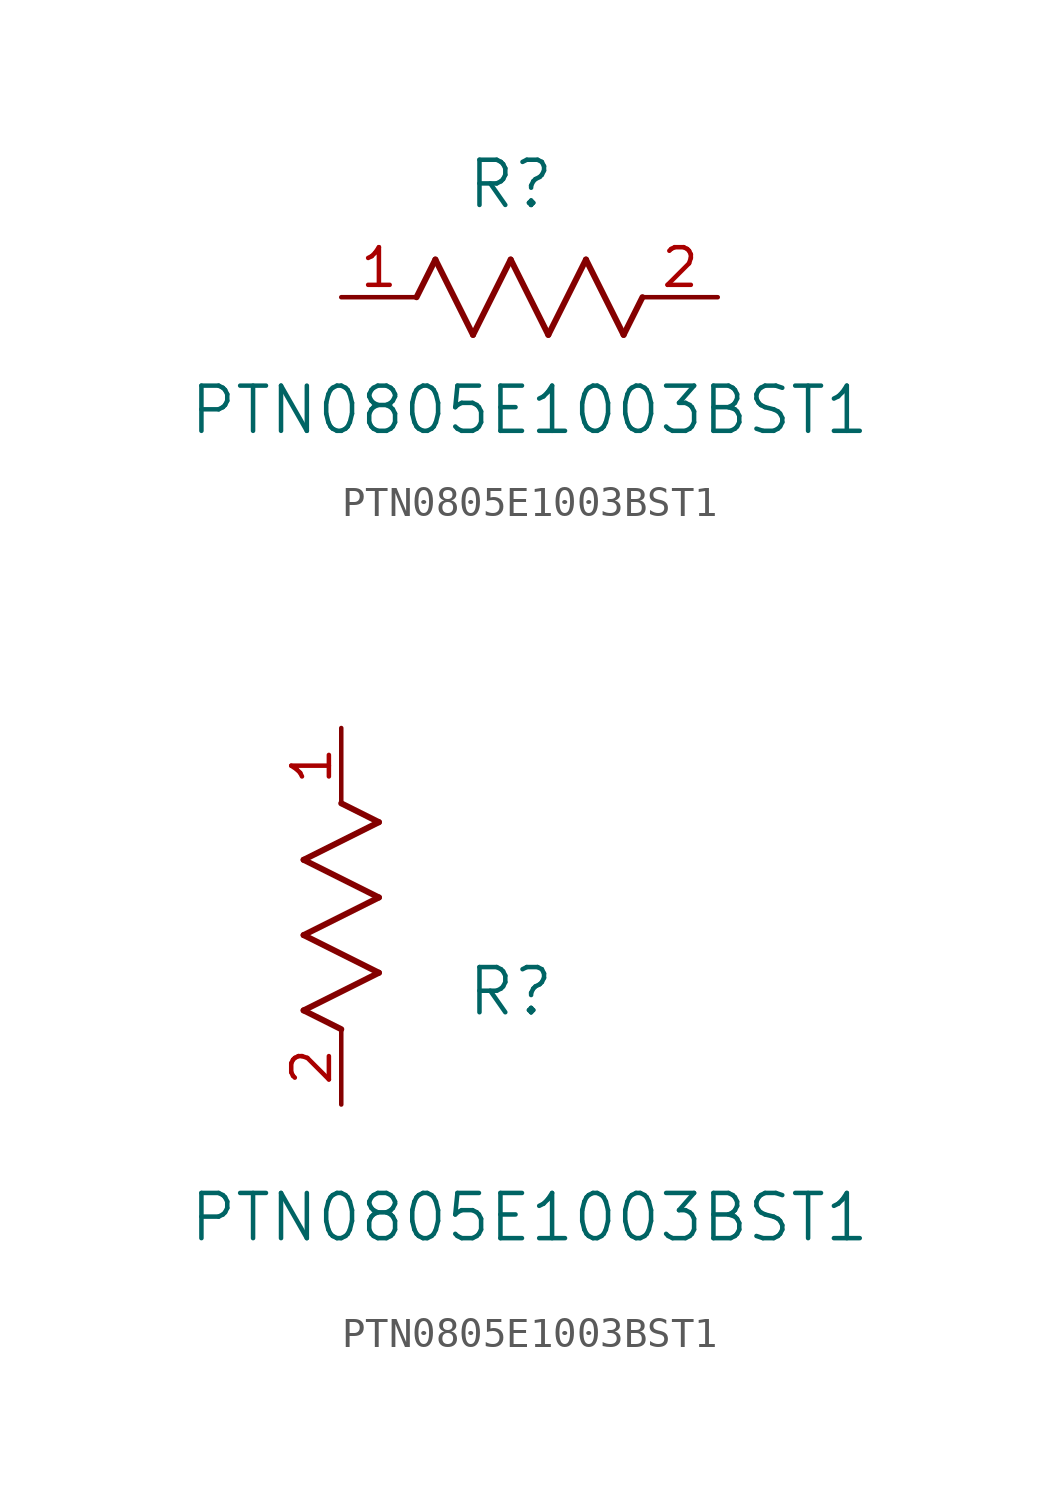
<source format=kicad_sym>
(kicad_symbol_lib
  (version 20211014)
  (generator kicad_symbol_editor)
  (symbol "PTN0805E1003BST1"
    (pin_names
      (offset 0.254))
    (property "Reference" "R"
      (at 5.715 3.81 0)
      (effects (font (size 1.524 1.524))))
    (property "Value" "PTN0805E1003BST1"
      (at 6.35 -3.81 0)
      (effects (font (size 1.524 1.524))))
    (symbol "PTN0805E1003BST1_1_1"
      (polyline (pts (xy 3.175 1.27) (xy 4.445 -1.27)) (stroke (width 0.203) (type default) (color 0 0 0 0)) (fill (type none)))
      (polyline (pts (xy 4.445 -1.27) (xy 5.715 1.27)) (stroke (width 0.203) (type default) (color 0 0 0 0)) (fill (type none)))
      (polyline (pts (xy 5.715 1.27) (xy 6.985 -1.27)) (stroke (width 0.203) (type default) (color 0 0 0 0)) (fill (type none)))
      (polyline (pts (xy 6.985 -1.27) (xy 8.255 1.27)) (stroke (width 0.203) (type default) (color 0 0 0 0)) (fill (type none)))
      (polyline (pts (xy 8.255 1.27) (xy 9.525 -1.27)) (stroke (width 0.203) (type default) (color 0 0 0 0)) (fill (type none)))
      (polyline (pts (xy 2.54 0) (xy 3.175 1.27)) (stroke (width 0.203) (type default) (color 0 0 0 0)) (fill (type none)))
      (polyline (pts (xy 9.525 -1.27) (xy 10.16 0)) (stroke (width 0.203) (type default) (color 0 0 0 0)) (fill (type none)))
      (pin unspecified line (at 0 0 0) (length 2.54) (name "" (effects (font (size 1.27 1.27)))) (number "1" (effects (font (size 1.27 1.27)))))
      (pin unspecified line (at 12.7 0 180) (length 2.54) (name "" (effects (font (size 1.27 1.27)))) (number "2" (effects (font (size 1.27 1.27))))))
    (symbol "PTN0805E1003BST1_1_2"
      (polyline (pts (xy 0 2.54) (xy -1.27 3.175)) (stroke (width 0.203) (type default) (color 0 0 0 0)) (fill (type none)))
      (polyline (pts (xy -1.27 3.175) (xy 1.27 4.445)) (stroke (width 0.203) (type default) (color 0 0 0 0)) (fill (type none)))
      (polyline (pts (xy 1.27 4.445) (xy -1.27 5.715)) (stroke (width 0.203) (type default) (color 0 0 0 0)) (fill (type none)))
      (polyline (pts (xy -1.27 5.715) (xy 1.27 6.985)) (stroke (width 0.203) (type default) (color 0 0 0 0)) (fill (type none)))
      (polyline (pts (xy -1.27 8.255) (xy 1.27 9.525)) (stroke (width 0.203) (type default) (color 0 0 0 0)) (fill (type none)))
      (polyline (pts (xy 1.27 9.525) (xy 0 10.16)) (stroke (width 0.203) (type default) (color 0 0 0 0)) (fill (type none)))
      (polyline (pts (xy 1.27 6.985) (xy -1.27 8.255)) (stroke (width 0.203) (type default) (color 0 0 0 0)) (fill (type none)))
      (pin unspecified line (at 0 12.7 270) (length 2.54) (name "" (effects (font (size 1.27 1.27)))) (number "1" (effects (font (size 1.27 1.27)))))
      (pin unspecified line (at 0 0 90) (length 2.54) (name "" (effects (font (size 1.27 1.27)))) (number "2" (effects (font (size 1.27 1.27))))))))
</source>
